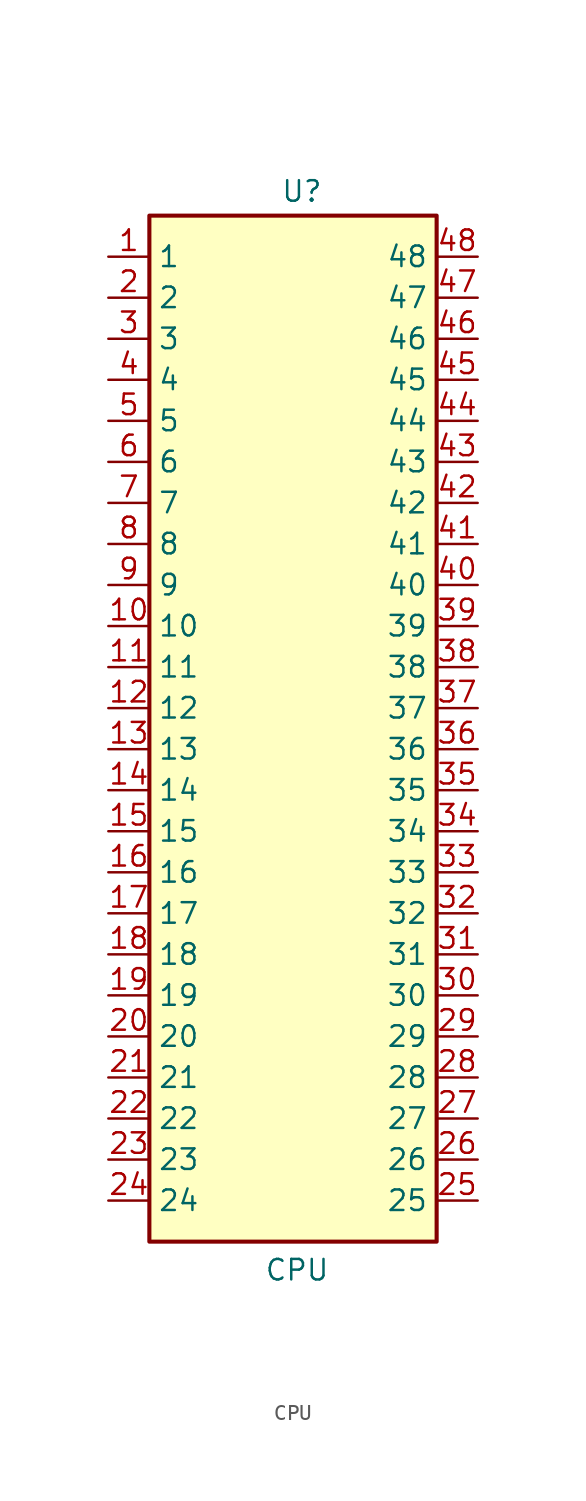
<source format=kicad_sym>
(kicad_symbol_lib
  (version 20231120)
  (generator "kicad_symbol_editor")
  (generator_version "8.0")
  (symbol "CPU"
    (property "Reference" "U"
      (at -0.762 33.782 0)
      (effects (font (size 1.27 1.27)) (justify left bottom)))
    (property "Value" "CPU"
      (at 0.254 -31.496 0)
      (effects (font (size 1.27 1.27)) (justify top)))
    (symbol "CPU_0_0"
      (pin bidirectional line (at -11.43 -7.62 0) (length 2.54) (name "16" (effects (font (size 1.27 1.27)))) (number "16" (effects (font (size 1.27 1.27)))))
      (pin bidirectional line (at -11.43 -10.16 0) (length 2.54) (name "17" (effects (font (size 1.27 1.27)))) (number "17" (effects (font (size 1.27 1.27)))))
      (pin bidirectional line (at -11.43 -12.7 0) (length 2.54) (name "18" (effects (font (size 1.27 1.27)))) (number "18" (effects (font (size 1.27 1.27)))))
      (pin bidirectional line (at -11.43 -15.24 0) (length 2.54) (name "19" (effects (font (size 1.27 1.27)))) (number "19" (effects (font (size 1.27 1.27)))))
      (pin bidirectional line (at 11.43 -12.7 180) (length 2.54) (name "31" (effects (font (size 1.27 1.27)))) (number "31" (effects (font (size 1.27 1.27)))))
      (pin bidirectional line (at 11.43 10.16 180) (length 2.54) (name "40" (effects (font (size 1.27 1.27)))) (number "40" (effects (font (size 1.27 1.27)))))
      (pin bidirectional line (at 11.43 17.78 180) (length 2.54) (name "43" (effects (font (size 1.27 1.27)))) (number "43" (effects (font (size 1.27 1.27)))))
      (pin bidirectional line (at 11.43 20.32 180) (length 2.54) (name "44" (effects (font (size 1.27 1.27)))) (number "44" (effects (font (size 1.27 1.27))))))
    (symbol "CPU_0_1"
      (rectangle (start -8.89 33.02) (end 8.89 -30.48) (stroke (width 0.254) (type default)) (fill (type background))))
    (symbol "CPU_1_1"
      (pin bidirectional line (at -11.43 30.48 0) (length 2.54) (name "1" (effects (font (size 1.27 1.27)))) (number "1" (effects (font (size 1.27 1.27)))))
      (pin bidirectional line (at -11.43 7.62 0) (length 2.54) (name "10" (effects (font (size 1.27 1.27)))) (number "10" (effects (font (size 1.27 1.27)))))
      (pin bidirectional line (at -11.43 5.08 0) (length 2.54) (name "11" (effects (font (size 1.27 1.27)))) (number "11" (effects (font (size 1.27 1.27)))))
      (pin bidirectional line (at -11.43 2.54 0) (length 2.54) (name "12" (effects (font (size 1.27 1.27)))) (number "12" (effects (font (size 1.27 1.27)))))
      (pin bidirectional line (at -11.43 0 0) (length 2.54) (name "13" (effects (font (size 1.27 1.27)))) (number "13" (effects (font (size 1.27 1.27)))))
      (pin bidirectional line (at -11.43 -2.54 0) (length 2.54) (name "14" (effects (font (size 1.27 1.27)))) (number "14" (effects (font (size 1.27 1.27)))))
      (pin bidirectional line (at -11.43 -5.08 0) (length 2.54) (name "15" (effects (font (size 1.27 1.27)))) (number "15" (effects (font (size 1.27 1.27)))))
      (pin bidirectional line (at -11.43 27.94 0) (length 2.54) (name "2" (effects (font (size 1.27 1.27)))) (number "2" (effects (font (size 1.27 1.27)))))
      (pin bidirectional line (at -11.43 -17.78 0) (length 2.54) (name "20" (effects (font (size 1.27 1.27)))) (number "20" (effects (font (size 1.27 1.27)))))
      (pin bidirectional line (at -11.43 -20.32 0) (length 2.54) (name "21" (effects (font (size 1.27 1.27)))) (number "21" (effects (font (size 1.27 1.27)))))
      (pin bidirectional line (at -11.43 -22.86 0) (length 2.54) (name "22" (effects (font (size 1.27 1.27)))) (number "22" (effects (font (size 1.27 1.27)))))
      (pin bidirectional line (at -11.43 -25.4 0) (length 2.54) (name "23" (effects (font (size 1.27 1.27)))) (number "23" (effects (font (size 1.27 1.27)))))
      (pin bidirectional line (at -11.43 -27.94 0) (length 2.54) (name "24" (effects (font (size 1.27 1.27)))) (number "24" (effects (font (size 1.27 1.27)))))
      (pin bidirectional line (at 11.43 -27.94 180) (length 2.54) (name "25" (effects (font (size 1.27 1.27)))) (number "25" (effects (font (size 1.27 1.27)))))
      (pin bidirectional line (at 11.43 -25.4 180) (length 2.54) (name "26" (effects (font (size 1.27 1.27)))) (number "26" (effects (font (size 1.27 1.27)))))
      (pin bidirectional line (at 11.43 -22.86 180) (length 2.54) (name "27" (effects (font (size 1.27 1.27)))) (number "27" (effects (font (size 1.27 1.27)))))
      (pin bidirectional line (at 11.43 -20.32 180) (length 2.54) (name "28" (effects (font (size 1.27 1.27)))) (number "28" (effects (font (size 1.27 1.27)))))
      (pin bidirectional line (at 11.43 -17.78 180) (length 2.54) (name "29" (effects (font (size 1.27 1.27)))) (number "29" (effects (font (size 1.27 1.27)))))
      (pin bidirectional line (at -11.43 25.4 0) (length 2.54) (name "3" (effects (font (size 1.27 1.27)))) (number "3" (effects (font (size 1.27 1.27)))))
      (pin bidirectional line (at 11.43 -15.24 180) (length 2.54) (name "30" (effects (font (size 1.27 1.27)))) (number "30" (effects (font (size 1.27 1.27)))))
      (pin bidirectional line (at 11.43 -10.16 180) (length 2.54) (name "32" (effects (font (size 1.27 1.27)))) (number "32" (effects (font (size 1.27 1.27)))))
      (pin bidirectional line (at 11.43 -7.62 180) (length 2.54) (name "33" (effects (font (size 1.27 1.27)))) (number "33" (effects (font (size 1.27 1.27)))))
      (pin bidirectional line (at 11.43 -5.08 180) (length 2.54) (name "34" (effects (font (size 1.27 1.27)))) (number "34" (effects (font (size 1.27 1.27)))))
      (pin bidirectional line (at 11.43 -2.54 180) (length 2.54) (name "35" (effects (font (size 1.27 1.27)))) (number "35" (effects (font (size 1.27 1.27)))))
      (pin bidirectional line (at 11.43 0 180) (length 2.54) (name "36" (effects (font (size 1.27 1.27)))) (number "36" (effects (font (size 1.27 1.27)))))
      (pin bidirectional line (at 11.43 2.54 180) (length 2.54) (name "37" (effects (font (size 1.27 1.27)))) (number "37" (effects (font (size 1.27 1.27)))))
      (pin bidirectional line (at 11.43 5.08 180) (length 2.54) (name "38" (effects (font (size 1.27 1.27)))) (number "38" (effects (font (size 1.27 1.27)))))
      (pin bidirectional line (at 11.43 7.62 180) (length 2.54) (name "39" (effects (font (size 1.27 1.27)))) (number "39" (effects (font (size 1.27 1.27)))))
      (pin bidirectional line (at -11.43 22.86 0) (length 2.54) (name "4" (effects (font (size 1.27 1.27)))) (number "4" (effects (font (size 1.27 1.27)))))
      (pin bidirectional line (at 11.43 12.7 180) (length 2.54) (name "41" (effects (font (size 1.27 1.27)))) (number "41" (effects (font (size 1.27 1.27)))))
      (pin bidirectional line (at 11.43 15.24 180) (length 2.54) (name "42" (effects (font (size 1.27 1.27)))) (number "42" (effects (font (size 1.27 1.27)))))
      (pin bidirectional line (at 11.43 22.86 180) (length 2.54) (name "45" (effects (font (size 1.27 1.27)))) (number "45" (effects (font (size 1.27 1.27)))))
      (pin bidirectional line (at 11.43 25.4 180) (length 2.54) (name "46" (effects (font (size 1.27 1.27)))) (number "46" (effects (font (size 1.27 1.27)))))
      (pin bidirectional line (at 11.43 27.94 180) (length 2.54) (name "47" (effects (font (size 1.27 1.27)))) (number "47" (effects (font (size 1.27 1.27)))))
      (pin bidirectional line (at 11.43 30.48 180) (length 2.54) (name "48" (effects (font (size 1.27 1.27)))) (number "48" (effects (font (size 1.27 1.27)))))
      (pin bidirectional line (at -11.43 20.32 0) (length 2.54) (name "5" (effects (font (size 1.27 1.27)))) (number "5" (effects (font (size 1.27 1.27)))))
      (pin bidirectional line (at -11.43 17.78 0) (length 2.54) (name "6" (effects (font (size 1.27 1.27)))) (number "6" (effects (font (size 1.27 1.27)))))
      (pin bidirectional line (at -11.43 15.24 0) (length 2.54) (name "7" (effects (font (size 1.27 1.27)))) (number "7" (effects (font (size 1.27 1.27)))))
      (pin bidirectional line (at -11.43 12.7 0) (length 2.54) (name "8" (effects (font (size 1.27 1.27)))) (number "8" (effects (font (size 1.27 1.27)))))
      (pin bidirectional line (at -11.43 10.16 0) (length 2.54) (name "9" (effects (font (size 1.27 1.27)))) (number "9" (effects (font (size 1.27 1.27))))))))
</source>
